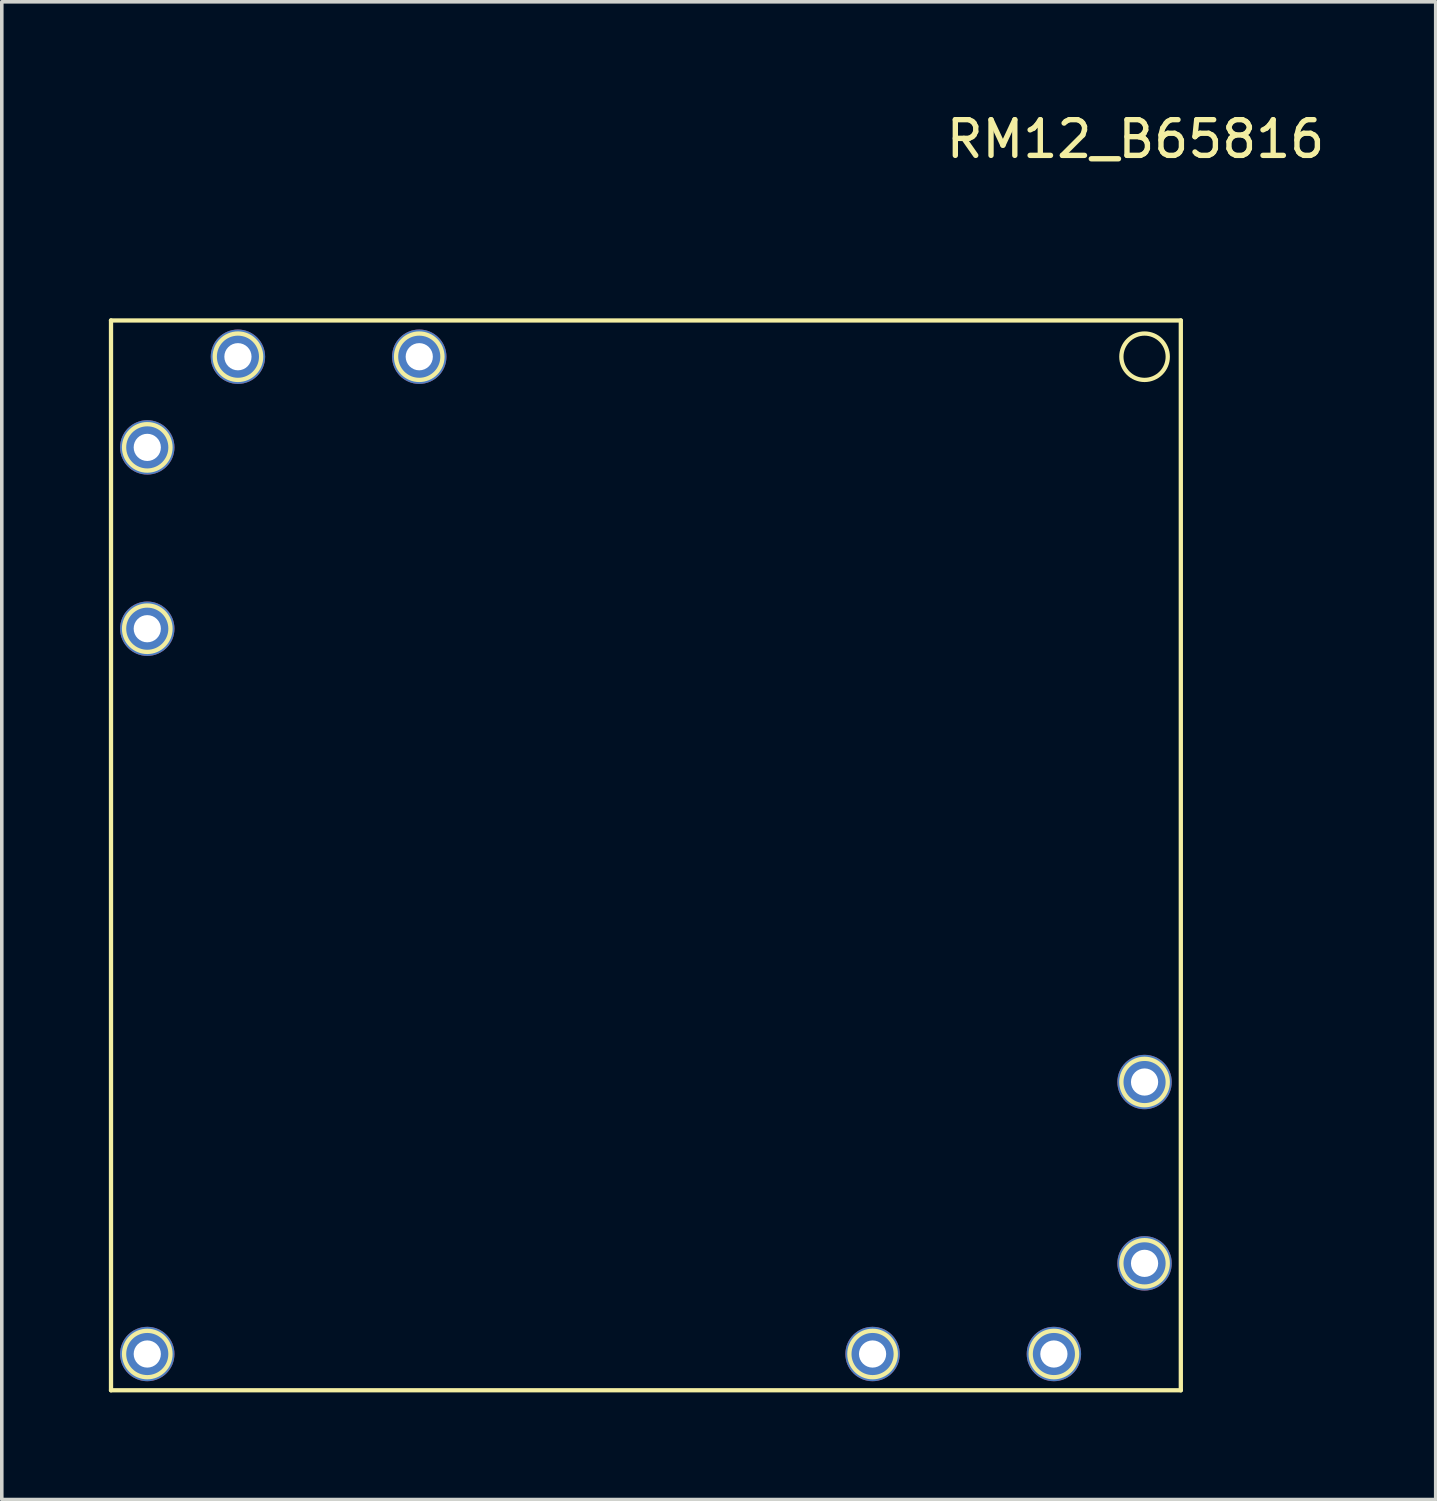
<source format=kicad_pcb>
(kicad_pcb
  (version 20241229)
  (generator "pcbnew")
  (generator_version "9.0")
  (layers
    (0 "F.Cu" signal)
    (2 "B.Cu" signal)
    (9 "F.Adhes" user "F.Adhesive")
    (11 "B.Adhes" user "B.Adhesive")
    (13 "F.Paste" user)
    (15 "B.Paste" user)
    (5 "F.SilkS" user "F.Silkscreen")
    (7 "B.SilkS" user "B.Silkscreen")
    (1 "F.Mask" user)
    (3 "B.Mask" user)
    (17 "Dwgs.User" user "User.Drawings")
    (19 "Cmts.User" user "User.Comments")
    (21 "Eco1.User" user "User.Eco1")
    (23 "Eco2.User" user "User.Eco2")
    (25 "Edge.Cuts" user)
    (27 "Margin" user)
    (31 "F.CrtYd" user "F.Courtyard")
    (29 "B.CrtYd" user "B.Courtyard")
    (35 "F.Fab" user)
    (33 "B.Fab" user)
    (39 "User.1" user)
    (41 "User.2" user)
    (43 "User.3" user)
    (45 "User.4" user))
  (footprint "RM12_B65816"
    (layer "F.Cu")
    (at 29.016 6.944)
    (property "Reference" "RM12_B65816" (at -0.254 -6.096 0) (unlocked yes) (layer "F.SilkS") (effects (font (size 1 1) (thickness 0.15))))
    (attr through_hole)
    (fp_line (start -28.956 -1.016) (end 1.016 -1.016) (stroke (width 0.12) (type solid)) (layer "F.SilkS"))
    (fp_line (start -28.956 28.956) (end -28.956 -1.016) (stroke (width 0.12) (type solid)) (layer "F.SilkS"))
    (fp_line (start -28.956 28.956) (end 1.016 28.956) (stroke (width 0.12) (type solid)) (layer "F.SilkS"))
    (fp_line (start 1.016 28.956) (end 1.016 -1.016) (stroke (width 0.12) (type solid)) (layer "F.SilkS"))
    (fp_circle (center -27.94 2.54) (end -27.29 2.54) (stroke (width 0.12) (type solid)) (fill no) (layer "F.SilkS"))
    (fp_circle (center -27.94 7.62) (end -27.29 7.62) (stroke (width 0.12) (type solid)) (fill no) (layer "F.SilkS"))
    (fp_circle (center -27.94 27.94) (end -27.29 27.94) (stroke (width 0.12) (type solid)) (fill no) (layer "F.SilkS"))
    (fp_circle (center -25.4 0) (end -24.75 0) (stroke (width 0.12) (type solid)) (fill no) (layer "F.SilkS"))
    (fp_circle (center -20.32 0) (end -19.67 0) (stroke (width 0.12) (type solid)) (fill no) (layer "F.SilkS"))
    (fp_circle (center -7.62 27.94) (end -6.97 27.94) (stroke (width 0.12) (type solid)) (fill no) (layer "F.SilkS"))
    (fp_circle (center -2.54 27.94) (end -1.89 27.94) (stroke (width 0.12) (type solid)) (fill no) (layer "F.SilkS"))
    (fp_circle (center 0 0) (end 0.65 0) (stroke (width 0.12) (type solid)) (fill no) (layer "F.SilkS"))
    (fp_circle (center 0 20.32) (end 0.65 20.32) (stroke (width 0.12) (type solid)) (fill no) (layer "F.SilkS"))
    (fp_circle (center 0 25.4) (end 0.65 25.4) (stroke (width 0.12) (type solid)) (fill no) (layer "F.SilkS"))
    (pad "1" thru_hole circle (at -20.32 0) (size 1.524 1.524) (drill 0.762) (layers "*.Cu" "*.Mask"))
    (pad "2" thru_hole circle (at -25.4 0) (size 1.524 1.524) (drill 0.762) (layers "*.Cu" "*.Mask"))
    (pad "3" thru_hole circle (at -27.94 2.54) (size 1.524 1.524) (drill 0.762) (layers "*.Cu" "*.Mask"))
    (pad "4" thru_hole circle (at -27.94 7.62) (size 1.524 1.524) (drill 0.762) (layers "*.Cu" "*.Mask"))
    (pad "5" thru_hole circle (at -27.94 27.94) (size 1.524 1.524) (drill 0.762) (layers "*.Cu" "*.Mask"))
    (pad "6" thru_hole circle (at -7.62 27.94) (size 1.524 1.524) (drill 0.762) (layers "*.Cu" "*.Mask"))
    (pad "7" thru_hole circle (at -2.54 27.94) (size 1.524 1.524) (drill 0.762) (layers "*.Cu" "*.Mask"))
    (pad "8" thru_hole circle (at 0 25.4) (size 1.524 1.524) (drill 0.762) (layers "*.Cu" "*.Mask"))
    (pad "9" thru_hole circle (at 0 20.32) (size 1.524 1.524) (drill 0.762) (layers "*.Cu" "*.Mask")))
  (gr_rect
    (start -3 -3)
    (end 37.173 38.96)
    (stroke (width 0.1) (type default))
    (fill no)
    (layer "Edge.Cuts")))
</source>
